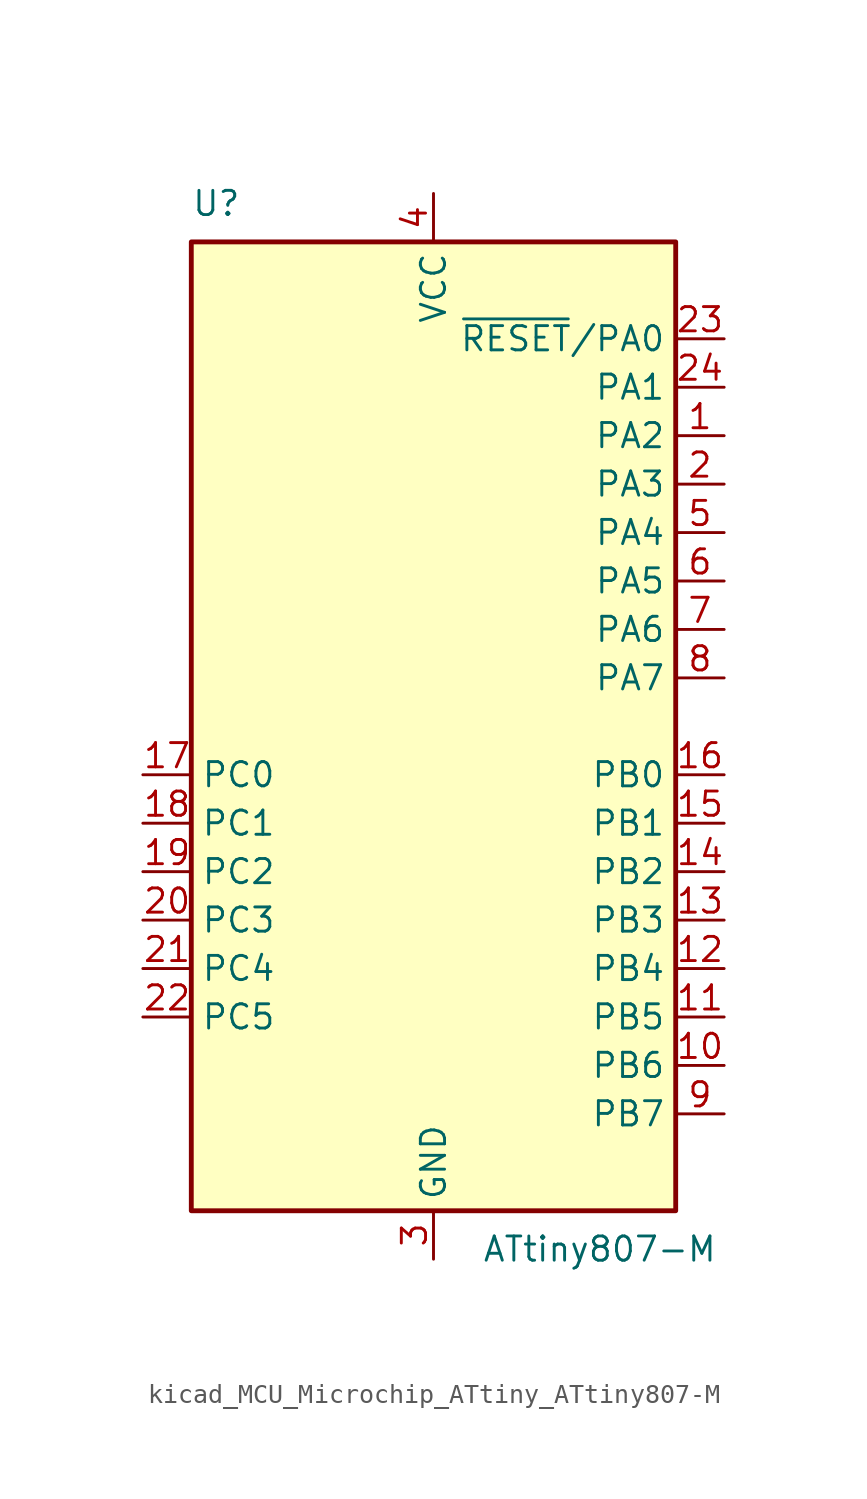
<source format=kicad_sym>
(kicad_symbol_lib
  (version 20220914)
  (generator kicad_symbol_editor)
  (symbol "kicad_MCU_Microchip_ATtiny_ATtiny807-M"
    (property "Reference" "U"
      (at -12.7 26.67 0)
      (effects (font (size 1.27 1.27)) (justify left bottom)))
    (property "Value" "ATtiny807-M"
      (at 2.54 -26.67 0)
      (effects (font (size 1.27 1.27)) (justify left top)))
    (symbol "kicad_MCU_Microchip_ATtiny_ATtiny807-M_0_1"
      (rectangle (start -12.7 -25.4) (end 12.7 25.4) (stroke (width 0.254) (type default)) (fill (type background))))
    (symbol "kicad_MCU_Microchip_ATtiny_ATtiny807-M_1_1"
      (pin bidirectional line (at 15.24 15.24 180) (length 2.54) (name "PA2" (effects (font (size 1.27 1.27)))) (number "1" (effects (font (size 1.27 1.27)))))
      (pin bidirectional line (at 15.24 -17.78 180) (length 2.54) (name "PB6" (effects (font (size 1.27 1.27)))) (number "10" (effects (font (size 1.27 1.27)))))
      (pin bidirectional line (at 15.24 -15.24 180) (length 2.54) (name "PB5" (effects (font (size 1.27 1.27)))) (number "11" (effects (font (size 1.27 1.27)))))
      (pin bidirectional line (at 15.24 -12.7 180) (length 2.54) (name "PB4" (effects (font (size 1.27 1.27)))) (number "12" (effects (font (size 1.27 1.27)))))
      (pin bidirectional line (at 15.24 -10.16 180) (length 2.54) (name "PB3" (effects (font (size 1.27 1.27)))) (number "13" (effects (font (size 1.27 1.27)))))
      (pin bidirectional line (at 15.24 -7.62 180) (length 2.54) (name "PB2" (effects (font (size 1.27 1.27)))) (number "14" (effects (font (size 1.27 1.27)))))
      (pin bidirectional line (at 15.24 -5.08 180) (length 2.54) (name "PB1" (effects (font (size 1.27 1.27)))) (number "15" (effects (font (size 1.27 1.27)))))
      (pin bidirectional line (at 15.24 -2.54 180) (length 2.54) (name "PB0" (effects (font (size 1.27 1.27)))) (number "16" (effects (font (size 1.27 1.27)))))
      (pin bidirectional line (at -15.24 -2.54 0) (length 2.54) (name "PC0" (effects (font (size 1.27 1.27)))) (number "17" (effects (font (size 1.27 1.27)))))
      (pin bidirectional line (at -15.24 -5.08 0) (length 2.54) (name "PC1" (effects (font (size 1.27 1.27)))) (number "18" (effects (font (size 1.27 1.27)))))
      (pin bidirectional line (at -15.24 -7.62 0) (length 2.54) (name "PC2" (effects (font (size 1.27 1.27)))) (number "19" (effects (font (size 1.27 1.27)))))
      (pin bidirectional line (at 15.24 12.7 180) (length 2.54) (name "PA3" (effects (font (size 1.27 1.27)))) (number "2" (effects (font (size 1.27 1.27)))))
      (pin bidirectional line (at -15.24 -10.16 0) (length 2.54) (name "PC3" (effects (font (size 1.27 1.27)))) (number "20" (effects (font (size 1.27 1.27)))))
      (pin bidirectional line (at -15.24 -12.7 0) (length 2.54) (name "PC4" (effects (font (size 1.27 1.27)))) (number "21" (effects (font (size 1.27 1.27)))))
      (pin bidirectional line (at -15.24 -15.24 0) (length 2.54) (name "PC5" (effects (font (size 1.27 1.27)))) (number "22" (effects (font (size 1.27 1.27)))))
      (pin bidirectional line (at 15.24 20.32 180) (length 2.54) (name "~{RESET}/PA0" (effects (font (size 1.27 1.27)))) (number "23" (effects (font (size 1.27 1.27)))))
      (pin bidirectional line (at 15.24 17.78 180) (length 2.54) (name "PA1" (effects (font (size 1.27 1.27)))) (number "24" (effects (font (size 1.27 1.27)))))
      (pin passive line (at 0 -27.94 90) (length 2.54) hide (name "GND" (effects (font (size 1.27 1.27)))) (number "25" (effects (font (size 1.27 1.27)))))
      (pin power_in line (at 0 -27.94 90) (length 2.54) (name "GND" (effects (font (size 1.27 1.27)))) (number "3" (effects (font (size 1.27 1.27)))))
      (pin power_in line (at 0 27.94 270) (length 2.54) (name "VCC" (effects (font (size 1.27 1.27)))) (number "4" (effects (font (size 1.27 1.27)))))
      (pin bidirectional line (at 15.24 10.16 180) (length 2.54) (name "PA4" (effects (font (size 1.27 1.27)))) (number "5" (effects (font (size 1.27 1.27)))))
      (pin bidirectional line (at 15.24 7.62 180) (length 2.54) (name "PA5" (effects (font (size 1.27 1.27)))) (number "6" (effects (font (size 1.27 1.27)))))
      (pin bidirectional line (at 15.24 5.08 180) (length 2.54) (name "PA6" (effects (font (size 1.27 1.27)))) (number "7" (effects (font (size 1.27 1.27)))))
      (pin bidirectional line (at 15.24 2.54 180) (length 2.54) (name "PA7" (effects (font (size 1.27 1.27)))) (number "8" (effects (font (size 1.27 1.27)))))
      (pin bidirectional line (at 15.24 -20.32 180) (length 2.54) (name "PB7" (effects (font (size 1.27 1.27)))) (number "9" (effects (font (size 1.27 1.27))))))))
</source>
